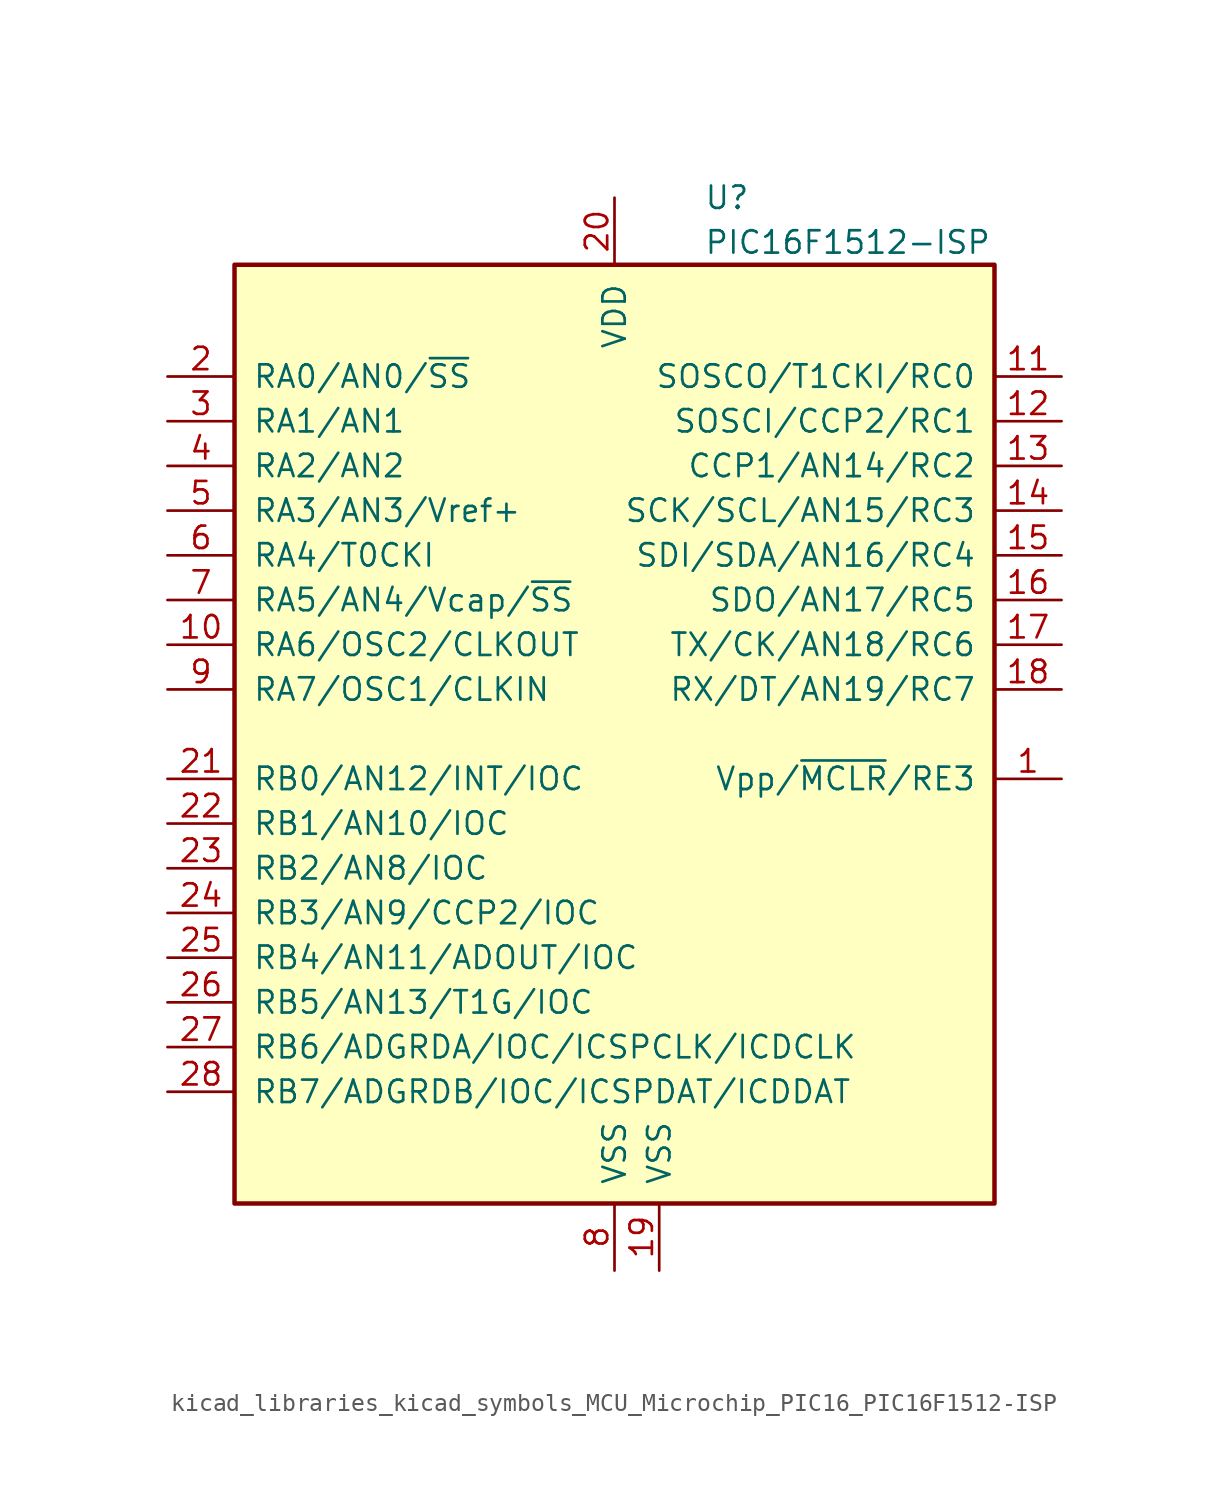
<source format=kicad_sym>
(kicad_symbol_lib
  (version 20220914)
  (generator kicad_symbol_editor)
  (symbol "kicad_libraries_kicad_symbols_MCU_Microchip_PIC16_PIC16F1512-ISP"
    (pin_names
      (offset 1.016))
    (property "Reference" "U"
      (at 5.08 30.48 0)
      (effects (font (size 1.27 1.27)) (justify left)))
    (property "Value" "PIC16F1512-ISP"
      (at 5.08 27.94 0)
      (effects (font (size 1.27 1.27)) (justify left)))
    (symbol "kicad_libraries_kicad_symbols_MCU_Microchip_PIC16_PIC16F1512-ISP_0_1"
      (rectangle (start -21.59 26.67) (end 21.59 -26.67) (stroke (width 0.254) (type default)) (fill (type background))))
    (symbol "kicad_libraries_kicad_symbols_MCU_Microchip_PIC16_PIC16F1512-ISP_1_1"
      (pin input line (at 25.4 -2.54 180) (length 3.81) (name "Vpp/~{MCLR}/RE3" (effects (font (size 1.27 1.27)))) (number "1" (effects (font (size 1.27 1.27)))))
      (pin bidirectional line (at -25.4 5.08 0) (length 3.81) (name "RA6/OSC2/CLKOUT" (effects (font (size 1.27 1.27)))) (number "10" (effects (font (size 1.27 1.27)))))
      (pin bidirectional line (at 25.4 20.32 180) (length 3.81) (name "SOSCO/T1CKI/RC0" (effects (font (size 1.27 1.27)))) (number "11" (effects (font (size 1.27 1.27)))))
      (pin bidirectional line (at 25.4 17.78 180) (length 3.81) (name "SOSCI/CCP2/RC1" (effects (font (size 1.27 1.27)))) (number "12" (effects (font (size 1.27 1.27)))))
      (pin bidirectional line (at 25.4 15.24 180) (length 3.81) (name "CCP1/AN14/RC2" (effects (font (size 1.27 1.27)))) (number "13" (effects (font (size 1.27 1.27)))))
      (pin bidirectional line (at 25.4 12.7 180) (length 3.81) (name "SCK/SCL/AN15/RC3" (effects (font (size 1.27 1.27)))) (number "14" (effects (font (size 1.27 1.27)))))
      (pin bidirectional line (at 25.4 10.16 180) (length 3.81) (name "SDI/SDA/AN16/RC4" (effects (font (size 1.27 1.27)))) (number "15" (effects (font (size 1.27 1.27)))))
      (pin bidirectional line (at 25.4 7.62 180) (length 3.81) (name "SDO/AN17/RC5" (effects (font (size 1.27 1.27)))) (number "16" (effects (font (size 1.27 1.27)))))
      (pin bidirectional line (at 25.4 5.08 180) (length 3.81) (name "TX/CK/AN18/RC6" (effects (font (size 1.27 1.27)))) (number "17" (effects (font (size 1.27 1.27)))))
      (pin bidirectional line (at 25.4 2.54 180) (length 3.81) (name "RX/DT/AN19/RC7" (effects (font (size 1.27 1.27)))) (number "18" (effects (font (size 1.27 1.27)))))
      (pin power_in line (at 2.54 -30.48 90) (length 3.81) (name "VSS" (effects (font (size 1.27 1.27)))) (number "19" (effects (font (size 1.27 1.27)))))
      (pin bidirectional line (at -25.4 20.32 0) (length 3.81) (name "RA0/AN0/~{SS}" (effects (font (size 1.27 1.27)))) (number "2" (effects (font (size 1.27 1.27)))))
      (pin power_in line (at 0 30.48 270) (length 3.81) (name "VDD" (effects (font (size 1.27 1.27)))) (number "20" (effects (font (size 1.27 1.27)))))
      (pin bidirectional line (at -25.4 -2.54 0) (length 3.81) (name "RB0/AN12/INT/IOC" (effects (font (size 1.27 1.27)))) (number "21" (effects (font (size 1.27 1.27)))))
      (pin bidirectional line (at -25.4 -5.08 0) (length 3.81) (name "RB1/AN10/IOC" (effects (font (size 1.27 1.27)))) (number "22" (effects (font (size 1.27 1.27)))))
      (pin bidirectional line (at -25.4 -7.62 0) (length 3.81) (name "RB2/AN8/IOC" (effects (font (size 1.27 1.27)))) (number "23" (effects (font (size 1.27 1.27)))))
      (pin bidirectional line (at -25.4 -10.16 0) (length 3.81) (name "RB3/AN9/CCP2/IOC" (effects (font (size 1.27 1.27)))) (number "24" (effects (font (size 1.27 1.27)))))
      (pin bidirectional line (at -25.4 -12.7 0) (length 3.81) (name "RB4/AN11/ADOUT/IOC" (effects (font (size 1.27 1.27)))) (number "25" (effects (font (size 1.27 1.27)))))
      (pin bidirectional line (at -25.4 -15.24 0) (length 3.81) (name "RB5/AN13/T1G/IOC" (effects (font (size 1.27 1.27)))) (number "26" (effects (font (size 1.27 1.27)))))
      (pin bidirectional line (at -25.4 -17.78 0) (length 3.81) (name "RB6/ADGRDA/IOC/ICSPCLK/ICDCLK" (effects (font (size 1.27 1.27)))) (number "27" (effects (font (size 1.27 1.27)))))
      (pin bidirectional line (at -25.4 -20.32 0) (length 3.81) (name "RB7/ADGRDB/IOC/ICSPDAT/ICDDAT" (effects (font (size 1.27 1.27)))) (number "28" (effects (font (size 1.27 1.27)))))
      (pin bidirectional line (at -25.4 17.78 0) (length 3.81) (name "RA1/AN1" (effects (font (size 1.27 1.27)))) (number "3" (effects (font (size 1.27 1.27)))))
      (pin bidirectional line (at -25.4 15.24 0) (length 3.81) (name "RA2/AN2" (effects (font (size 1.27 1.27)))) (number "4" (effects (font (size 1.27 1.27)))))
      (pin bidirectional line (at -25.4 12.7 0) (length 3.81) (name "RA3/AN3/Vref+" (effects (font (size 1.27 1.27)))) (number "5" (effects (font (size 1.27 1.27)))))
      (pin bidirectional line (at -25.4 10.16 0) (length 3.81) (name "RA4/T0CKI" (effects (font (size 1.27 1.27)))) (number "6" (effects (font (size 1.27 1.27)))))
      (pin bidirectional line (at -25.4 7.62 0) (length 3.81) (name "RA5/AN4/Vcap/~{SS}" (effects (font (size 1.27 1.27)))) (number "7" (effects (font (size 1.27 1.27)))))
      (pin power_in line (at 0 -30.48 90) (length 3.81) (name "VSS" (effects (font (size 1.27 1.27)))) (number "8" (effects (font (size 1.27 1.27)))))
      (pin bidirectional line (at -25.4 2.54 0) (length 3.81) (name "RA7/OSC1/CLKIN" (effects (font (size 1.27 1.27)))) (number "9" (effects (font (size 1.27 1.27))))))))
</source>
